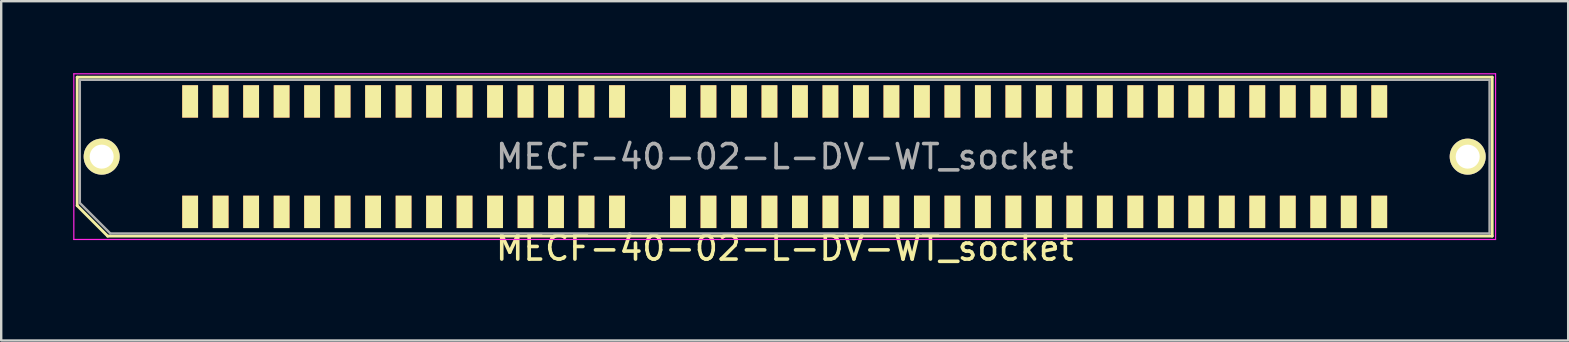
<source format=kicad_pcb>
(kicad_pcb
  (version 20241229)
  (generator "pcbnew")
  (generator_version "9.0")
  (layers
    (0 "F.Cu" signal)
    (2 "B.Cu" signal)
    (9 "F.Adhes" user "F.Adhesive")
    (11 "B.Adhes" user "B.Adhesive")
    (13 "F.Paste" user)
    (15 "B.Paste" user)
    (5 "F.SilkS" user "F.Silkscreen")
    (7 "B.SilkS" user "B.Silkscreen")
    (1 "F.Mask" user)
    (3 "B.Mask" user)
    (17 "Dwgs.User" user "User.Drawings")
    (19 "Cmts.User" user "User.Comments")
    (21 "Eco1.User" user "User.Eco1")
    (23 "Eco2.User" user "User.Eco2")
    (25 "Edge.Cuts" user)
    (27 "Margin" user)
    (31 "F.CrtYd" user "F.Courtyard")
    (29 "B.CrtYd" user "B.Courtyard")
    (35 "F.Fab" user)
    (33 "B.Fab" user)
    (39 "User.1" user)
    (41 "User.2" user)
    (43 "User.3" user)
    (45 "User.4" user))
  (footprint "MECF-40-02-L-DV-WT_socket"
    (layer "F.Cu")
    (at 29.635 3.475)
    (property "Reference" "MECF-40-02-L-DV-WT_socket" (at 0 3.81 0) (layer "F.SilkS") (effects (font (size 1 1) (thickness 0.15))))
    (attr through_hole)
    (fp_line (start -29.47 -3.31) (end 29.47 -3.31) (stroke (width 0.12) (type solid)) (layer "F.SilkS"))
    (fp_line (start -29.47 2.04) (end -29.47 -3.31) (stroke (width 0.12) (type solid)) (layer "F.SilkS"))
    (fp_line (start -28.2 3.31) (end -29.47 2.04) (stroke (width 0.12) (type solid)) (layer "F.SilkS"))
    (fp_line (start -28.2 3.31) (end 29.47 3.31) (stroke (width 0.12) (type solid)) (layer "F.SilkS"))
    (fp_line (start 29.47 3.31) (end 29.47 -3.31) (stroke (width 0.12) (type solid)) (layer "F.SilkS"))
    (fp_line (start -29.61 -3.45) (end -29.61 3.45) (stroke (width 0.05) (type solid)) (layer "F.CrtYd"))
    (fp_line (start -29.61 3.45) (end 29.61 3.45) (stroke (width 0.05) (type solid)) (layer "F.CrtYd"))
    (fp_line (start 29.61 -3.45) (end -29.61 -3.45) (stroke (width 0.05) (type solid)) (layer "F.CrtYd"))
    (fp_line (start 29.61 3.45) (end 29.61 -3.45) (stroke (width 0.05) (type solid)) (layer "F.CrtYd"))
    (fp_line (start -29.36 -3.2) (end 29.36 -3.2) (stroke (width 0.1) (type solid)) (layer "F.Fab"))
    (fp_line (start -29.36 1.93) (end -29.36 -3.2) (stroke (width 0.1) (type solid)) (layer "F.Fab"))
    (fp_line (start -29.36 1.93) (end -28.09 3.2) (stroke (width 0.1) (type solid)) (layer "F.Fab"))
    (fp_line (start -28.09 3.2) (end 29.36 3.2) (stroke (width 0.1) (type solid)) (layer "F.Fab"))
    (fp_line (start 29.36 3.2) (end 29.36 -3.2) (stroke (width 0.1) (type solid)) (layer "F.Fab"))
    (fp_text user "${REFERENCE}" (at 0 0 0) (layer "F.Fab") (effects (font (size 1 1) (thickness 0.15))))
    (pad "" np_thru_hole circle (at -26.545 0) (size 0.001 0.001) (drill 1.45) (layers "*.Cu" "*.Mask" "F.SilkS"))
    (pad "" np_thru_hole circle (at 26.545 1) (size 0.001 0.001) (drill 1.45) (layers "*.Cu" "*.Mask" "F.SilkS"))
    (pad "1" smd rect (at -24.765 2.3) (size 0.66 1.35) (layers "F.Cu" "F.Mask" "F.SilkS"))
    (pad "2" smd rect (at -24.765 -2.3) (size 0.66 1.35) (layers "F.Cu" "F.Mask" "F.SilkS"))
    (pad "3" smd rect (at -23.495 2.3) (size 0.66 1.35) (layers "F.Cu" "F.Mask" "F.SilkS"))
    (pad "4" smd rect (at -23.495 -2.3) (size 0.66 1.35) (layers "F.Cu" "F.Mask" "F.SilkS"))
    (pad "5" smd rect (at -22.225 2.3) (size 0.66 1.35) (layers "F.Cu" "F.Mask" "F.SilkS"))
    (pad "6" smd rect (at -22.225 -2.3) (size 0.66 1.35) (layers "F.Cu" "F.Mask" "F.SilkS"))
    (pad "7" smd rect (at -20.955 2.3) (size 0.66 1.35) (layers "F.Cu" "F.Mask" "F.SilkS"))
    (pad "8" smd rect (at -20.955 -2.3) (size 0.66 1.35) (layers "F.Cu" "F.Mask" "F.SilkS"))
    (pad "9" smd rect (at -19.685 2.3) (size 0.66 1.35) (layers "F.Cu" "F.Mask" "F.SilkS"))
    (pad "10" smd rect (at -19.685 -2.3) (size 0.66 1.35) (layers "F.Cu" "F.Mask" "F.SilkS"))
    (pad "11" smd rect (at -18.415 2.3) (size 0.66 1.35) (layers "F.Cu" "F.Mask" "F.SilkS"))
    (pad "12" smd rect (at -18.415 -2.3) (size 0.66 1.35) (layers "F.Cu" "F.Mask" "F.SilkS"))
    (pad "13" smd rect (at -17.145 2.3) (size 0.66 1.35) (layers "F.Cu" "F.Mask" "F.SilkS"))
    (pad "14" smd rect (at -17.145 -2.3) (size 0.66 1.35) (layers "F.Cu" "F.Mask" "F.SilkS"))
    (pad "15" smd rect (at -15.875 2.3) (size 0.66 1.35) (layers "F.Cu" "F.Mask" "F.SilkS"))
    (pad "16" smd rect (at -15.875 -2.3) (size 0.66 1.35) (layers "F.Cu" "F.Mask" "F.SilkS"))
    (pad "17" smd rect (at -14.605 2.3) (size 0.66 1.35) (layers "F.Cu" "F.Mask" "F.SilkS"))
    (pad "18" smd rect (at -14.605 -2.3) (size 0.66 1.35) (layers "F.Cu" "F.Mask" "F.SilkS"))
    (pad "19" smd rect (at -13.335 2.3) (size 0.66 1.35) (layers "F.Cu" "F.Mask" "F.SilkS"))
    (pad "20" smd rect (at -13.335 -2.3) (size 0.66 1.35) (layers "F.Cu" "F.Mask" "F.SilkS"))
    (pad "21" smd rect (at -12.065 2.3) (size 0.66 1.35) (layers "F.Cu" "F.Mask" "F.SilkS"))
    (pad "22" smd rect (at -12.065 -2.3) (size 0.66 1.35) (layers "F.Cu" "F.Mask" "F.SilkS"))
    (pad "23" smd rect (at -10.795 2.3) (size 0.66 1.35) (layers "F.Cu" "F.Mask" "F.SilkS"))
    (pad "24" smd rect (at -10.795 -2.3) (size 0.66 1.35) (layers "F.Cu" "F.Mask" "F.SilkS"))
    (pad "25" smd rect (at -9.525 2.3) (size 0.66 1.35) (layers "F.Cu" "F.Mask" "F.SilkS"))
    (pad "26" smd rect (at -9.525 -2.3) (size 0.66 1.35) (layers "F.Cu" "F.Mask" "F.SilkS"))
    (pad "27" smd rect (at -8.255 2.3) (size 0.66 1.35) (layers "F.Cu" "F.Mask" "F.SilkS"))
    (pad "28" smd rect (at -8.255 -2.3) (size 0.66 1.35) (layers "F.Cu" "F.Mask" "F.SilkS"))
    (pad "29" smd rect (at -6.985 2.3) (size 0.66 1.35) (layers "F.Cu" "F.Mask" "F.SilkS"))
    (pad "30" smd rect (at -6.985 -2.3) (size 0.66 1.35) (layers "F.Cu" "F.Mask" "F.SilkS"))
    (pad "33" smd rect (at -4.445 2.3) (size 0.66 1.35) (layers "F.Cu" "F.Mask" "F.SilkS"))
    (pad "34" smd rect (at -4.445 -2.3) (size 0.66 1.35) (layers "F.Cu" "F.Mask" "F.SilkS"))
    (pad "35" smd rect (at -3.175 2.3) (size 0.66 1.35) (layers "F.Cu" "F.Mask" "F.SilkS"))
    (pad "36" smd rect (at -3.175 -2.3) (size 0.66 1.35) (layers "F.Cu" "F.Mask" "F.SilkS"))
    (pad "37" smd rect (at -1.905 2.3) (size 0.66 1.35) (layers "F.Cu" "F.Mask" "F.SilkS"))
    (pad "38" smd rect (at -1.905 -2.3) (size 0.66 1.35) (layers "F.Cu" "F.Mask" "F.SilkS"))
    (pad "39" smd rect (at -0.635 2.3) (size 0.66 1.35) (layers "F.Cu" "F.Mask" "F.SilkS"))
    (pad "40" smd rect (at -0.635 -2.3) (size 0.66 1.35) (layers "F.Cu" "F.Mask" "F.SilkS"))
    (pad "41" smd rect (at 0.635 2.3) (size 0.66 1.35) (layers "F.Cu" "F.Mask" "F.SilkS"))
    (pad "42" smd rect (at 0.635 -2.3) (size 0.66 1.35) (layers "F.Cu" "F.Mask" "F.SilkS"))
    (pad "43" smd rect (at 1.905 2.3) (size 0.66 1.35) (layers "F.Cu" "F.Mask" "F.SilkS"))
    (pad "44" smd rect (at 1.905 -2.3) (size 0.66 1.35) (layers "F.Cu" "F.Mask" "F.SilkS"))
    (pad "45" smd rect (at 3.175 2.3) (size 0.66 1.35) (layers "F.Cu" "F.Mask" "F.SilkS"))
    (pad "46" smd rect (at 3.175 -2.3) (size 0.66 1.35) (layers "F.Cu" "F.Mask" "F.SilkS"))
    (pad "47" smd rect (at 4.445 2.3) (size 0.66 1.35) (layers "F.Cu" "F.Mask" "F.SilkS"))
    (pad "48" smd rect (at 4.445 -2.3) (size 0.66 1.35) (layers "F.Cu" "F.Mask" "F.SilkS"))
    (pad "49" smd rect (at 5.715 2.3) (size 0.66 1.35) (layers "F.Cu" "F.Mask" "F.SilkS"))
    (pad "50" smd rect (at 5.715 -2.3) (size 0.66 1.35) (layers "F.Cu" "F.Mask" "F.SilkS"))
    (pad "51" smd rect (at 6.985 2.3) (size 0.66 1.35) (layers "F.Cu" "F.Mask" "F.SilkS"))
    (pad "52" smd rect (at 6.985 -2.3) (size 0.66 1.35) (layers "F.Cu" "F.Mask" "F.SilkS"))
    (pad "53" smd rect (at 8.255 2.3) (size 0.66 1.35) (layers "F.Cu" "F.Mask" "F.SilkS"))
    (pad "54" smd rect (at 8.255 -2.3) (size 0.66 1.35) (layers "F.Cu" "F.Mask" "F.SilkS"))
    (pad "55" smd rect (at 9.525 2.3) (size 0.66 1.35) (layers "F.Cu" "F.Mask" "F.SilkS"))
    (pad "56" smd rect (at 9.525 -2.3) (size 0.66 1.35) (layers "F.Cu" "F.Mask" "F.SilkS"))
    (pad "57" smd rect (at 10.795 2.3) (size 0.66 1.35) (layers "F.Cu" "F.Mask" "F.SilkS"))
    (pad "58" smd rect (at 10.795 -2.3) (size 0.66 1.35) (layers "F.Cu" "F.Mask" "F.SilkS"))
    (pad "59" smd rect (at 12.065 2.3) (size 0.66 1.35) (layers "F.Cu" "F.Mask" "F.SilkS"))
    (pad "60" smd rect (at 12.065 -2.3) (size 0.66 1.35) (layers "F.Cu" "F.Mask" "F.SilkS"))
    (pad "61" smd rect (at 13.335 2.3) (size 0.66 1.35) (layers "F.Cu" "F.Mask" "F.SilkS"))
    (pad "62" smd rect (at 13.335 -2.3) (size 0.66 1.35) (layers "F.Cu" "F.Mask" "F.SilkS"))
    (pad "63" smd rect (at 14.605 2.3) (size 0.66 1.35) (layers "F.Cu" "F.Mask" "F.SilkS"))
    (pad "64" smd rect (at 14.605 -2.3) (size 0.66 1.35) (layers "F.Cu" "F.Mask" "F.SilkS"))
    (pad "65" smd rect (at 15.875 2.3) (size 0.66 1.35) (layers "F.Cu" "F.Mask" "F.SilkS"))
    (pad "66" smd rect (at 15.875 -2.3) (size 0.66 1.35) (layers "F.Cu" "F.Mask" "F.SilkS"))
    (pad "67" smd rect (at 17.145 2.3) (size 0.66 1.35) (layers "F.Cu" "F.Mask" "F.SilkS"))
    (pad "68" smd rect (at 17.145 -2.3) (size 0.66 1.35) (layers "F.Cu" "F.Mask" "F.SilkS"))
    (pad "69" smd rect (at 18.415 2.3) (size 0.66 1.35) (layers "F.Cu" "F.Mask" "F.SilkS"))
    (pad "70" smd rect (at 18.415 -2.3) (size 0.66 1.35) (layers "F.Cu" "F.Mask" "F.SilkS"))
    (pad "71" smd rect (at 19.685 2.3) (size 0.66 1.35) (layers "F.Cu" "F.Mask" "F.SilkS"))
    (pad "72" smd rect (at 19.685 -2.3) (size 0.66 1.35) (layers "F.Cu" "F.Mask" "F.SilkS"))
    (pad "73" smd rect (at 20.955 2.3) (size 0.66 1.35) (layers "F.Cu" "F.Mask" "F.SilkS"))
    (pad "74" smd rect (at 20.955 -2.3) (size 0.66 1.35) (layers "F.Cu" "F.Mask" "F.SilkS"))
    (pad "75" smd rect (at 22.225 2.3) (size 0.66 1.35) (layers "F.Cu" "F.Mask" "F.SilkS"))
    (pad "76" smd rect (at 22.225 -2.3) (size 0.66 1.35) (layers "F.Cu" "F.Mask" "F.SilkS"))
    (pad "77" smd rect (at 23.495 2.3) (size 0.66 1.35) (layers "F.Cu" "F.Mask" "F.SilkS"))
    (pad "78" smd rect (at 23.495 -2.3) (size 0.66 1.35) (layers "F.Cu" "F.Mask" "F.SilkS"))
    (pad "79" smd rect (at 24.765 2.3) (size 0.66 1.35) (layers "F.Cu" "F.Mask" "F.SilkS"))
    (pad "80" smd rect (at 24.765 -2.3) (size 0.66 1.35) (layers "F.Cu" "F.Mask" "F.SilkS"))
    (pad "None" thru_hole circle (at -28.45 0) (size 1.5 1.5) (drill 1) (layers "*.Cu" "*.Mask" "F.SilkS"))
    (pad "None" thru_hole circle (at 28.45 0) (size 1.5 1.5) (drill 1) (layers "*.Cu" "*.Mask" "F.SilkS")))
  (gr_rect
    (start -3 -3)
    (end 62.27 11.133)
    (stroke (width 0.1) (type default))
    (fill no)
    (layer "Edge.Cuts")))
</source>
